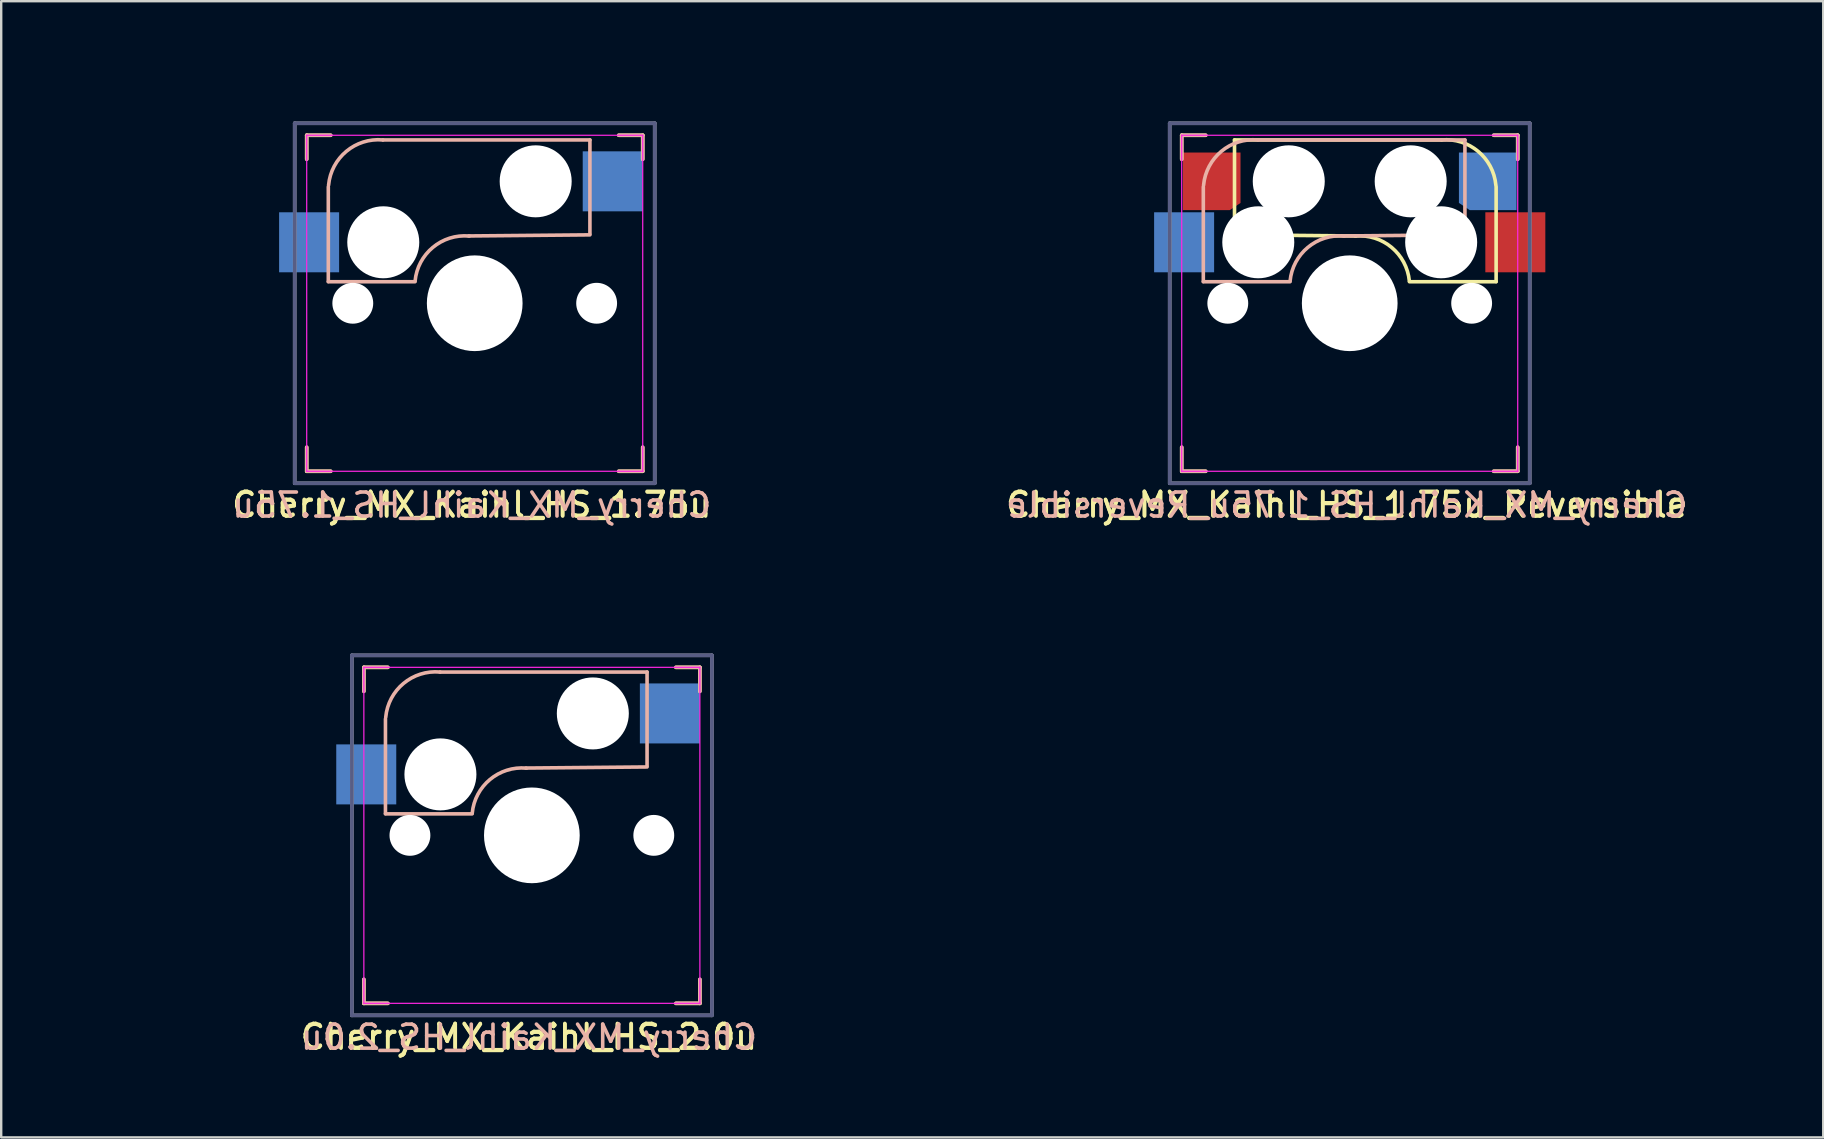
<source format=kicad_pcb>
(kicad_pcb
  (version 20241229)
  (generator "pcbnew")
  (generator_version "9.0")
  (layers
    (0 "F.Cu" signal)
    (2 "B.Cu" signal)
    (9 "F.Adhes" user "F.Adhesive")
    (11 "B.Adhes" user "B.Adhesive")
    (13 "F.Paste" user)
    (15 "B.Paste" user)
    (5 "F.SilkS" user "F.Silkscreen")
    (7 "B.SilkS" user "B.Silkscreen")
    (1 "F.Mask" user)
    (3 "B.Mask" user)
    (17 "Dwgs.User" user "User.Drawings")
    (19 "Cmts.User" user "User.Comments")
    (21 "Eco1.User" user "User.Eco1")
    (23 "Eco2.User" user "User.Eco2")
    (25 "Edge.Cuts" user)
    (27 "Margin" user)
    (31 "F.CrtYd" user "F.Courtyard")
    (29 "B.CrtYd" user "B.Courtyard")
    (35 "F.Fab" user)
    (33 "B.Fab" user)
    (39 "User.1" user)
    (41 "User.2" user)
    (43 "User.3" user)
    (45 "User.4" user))
  (footprint "Cherry_MX_Kaihl_HS_1.75u"
    (layer "F.Cu")
    (at 16.729 9.585)
    (property "Reference" "Cherry_MX_Kaihl_HS_1.75u" (at -0.127 8.382 0) (layer "F.SilkS") (effects (font (size 1 1) (thickness 0.15))))
    (attr through_hole)
    (fp_line (start -7 -7) (end -6 -7) (stroke (width 0.15) (type solid)) (layer "F.SilkS"))
    (fp_line (start -7 -6) (end -7 -7) (stroke (width 0.15) (type solid)) (layer "F.SilkS"))
    (fp_line (start -7 7) (end -7 6) (stroke (width 0.15) (type solid)) (layer "F.SilkS"))
    (fp_line (start -6 7) (end -7 7) (stroke (width 0.15) (type solid)) (layer "F.SilkS"))
    (fp_line (start 6 -7) (end 7 -7) (stroke (width 0.15) (type solid)) (layer "F.SilkS"))
    (fp_line (start 7 -7) (end 7 -6) (stroke (width 0.15) (type solid)) (layer "F.SilkS"))
    (fp_line (start 7 6) (end 7 7) (stroke (width 0.15) (type solid)) (layer "F.SilkS"))
    (fp_line (start 7 7) (end 6 7) (stroke (width 0.15) (type solid)) (layer "F.SilkS"))
    (fp_line (start -7 -7) (end -6 -7) (stroke (width 0.15) (type solid)) (layer "B.SilkS"))
    (fp_line (start -7 -6) (end -7 -7) (stroke (width 0.15) (type solid)) (layer "B.SilkS"))
    (fp_line (start -7 7) (end -7 6) (stroke (width 0.15) (type solid)) (layer "B.SilkS"))
    (fp_line (start -6.1 -4.85) (end -6.1 -0.905) (stroke (width 0.15) (type solid)) (layer "B.SilkS"))
    (fp_line (start -6.1 -0.896) (end -2.49 -0.896) (stroke (width 0.15) (type solid)) (layer "B.SilkS"))
    (fp_line (start -6 7) (end -7 7) (stroke (width 0.15) (type solid)) (layer "B.SilkS"))
    (fp_line (start 4.8 -6.804) (end -3.825 -6.804) (stroke (width 0.15) (type solid)) (layer "B.SilkS"))
    (fp_line (start 4.8 -2.896) (end 4.8 -6.804) (stroke (width 0.15) (type solid)) (layer "B.SilkS"))
    (fp_line (start 4.8 -2.85) (end -0.25 -2.804) (stroke (width 0.15) (type solid)) (layer "B.SilkS"))
    (fp_line (start 6 -7) (end 7 -7) (stroke (width 0.15) (type solid)) (layer "B.SilkS"))
    (fp_line (start 7 -7) (end 7 -6) (stroke (width 0.15) (type solid)) (layer "B.SilkS"))
    (fp_line (start 7 6) (end 7 7) (stroke (width 0.15) (type solid)) (layer "B.SilkS"))
    (fp_line (start 7 7) (end 6 7) (stroke (width 0.15) (type solid)) (layer "B.SilkS"))
    (fp_arc (start -6.089 -4.92) (mid -5.347189 -6.33089) (end -3.825 -6.804) (stroke (width 0.15) (type solid)) (layer "B.SilkS"))
    (fp_arc (start -2.484999 -0.920001) (mid -1.74436 -2.328062) (end -0.225 -2.8) (stroke (width 0.15) (type solid)) (layer "B.SilkS"))
    (fp_line (start -7 7) (end -7 -7) (stroke (width 0.1) (type solid)) (layer "Eco1.User"))
    (fp_line (start 7 -7) (end -7 -7) (stroke (width 0.1) (type solid)) (layer "Eco1.User"))
    (fp_line (start 7 7) (end -7 7) (stroke (width 0.1) (type solid)) (layer "Eco1.User"))
    (fp_line (start 7 7) (end 7 -7) (stroke (width 0.1) (type solid)) (layer "Eco1.User"))
    (fp_line (start -16.669 -9.525) (end 16.669 -9.525) (stroke (width 0.12) (type solid)) (layer "Eco2.User"))
    (fp_line (start -16.669 9.525) (end -16.669 -9.525) (stroke (width 0.12) (type solid)) (layer "Eco2.User"))
    (fp_line (start -0.8 4.25) (end 0.8 4.25) (stroke (width 0.12) (type solid)) (layer "Eco2.User"))
    (fp_line (start -0.8 5.85) (end -0.8 4.25) (stroke (width 0.12) (type solid)) (layer "Eco2.User"))
    (fp_line (start 0.8 4.25) (end 0.8 5.85) (stroke (width 0.12) (type solid)) (layer "Eco2.User"))
    (fp_line (start 0.8 5.85) (end -0.8 5.85) (stroke (width 0.12) (type solid)) (layer "Eco2.User"))
    (fp_line (start 16.669 -9.525) (end 16.669 9.525) (stroke (width 0.12) (type solid)) (layer "Eco2.User"))
    (fp_line (start 16.669 9.525) (end -16.669 9.525) (stroke (width 0.12) (type solid)) (layer "Eco2.User"))
    (fp_line (start -7 -7) (end 7 -7) (stroke (width 0.05) (type solid)) (layer "F.CrtYd"))
    (fp_line (start -7 7) (end -7 -7) (stroke (width 0.05) (type solid)) (layer "F.CrtYd"))
    (fp_line (start 7 -7) (end 7 7) (stroke (width 0.05) (type solid)) (layer "F.CrtYd"))
    (fp_line (start 7 7) (end -7 7) (stroke (width 0.05) (type solid)) (layer "F.CrtYd"))
    (fp_line (start -7.5 -7.5) (end 7.5 -7.5) (stroke (width 0.15) (type solid)) (layer "B.Fab"))
    (fp_line (start -7.5 7.5) (end -7.5 -7.5) (stroke (width 0.15) (type solid)) (layer "B.Fab"))
    (fp_line (start 7.5 -7.5) (end 7.5 7.5) (stroke (width 0.15) (type solid)) (layer "B.Fab"))
    (fp_line (start 7.5 7.5) (end -7.5 7.5) (stroke (width 0.15) (type solid)) (layer "B.Fab"))
    (fp_line (start -7.5 -7.5) (end 7.5 -7.5) (stroke (width 0.15) (type solid)) (layer "F.Fab"))
    (fp_line (start -7.5 7.5) (end -7.5 -7.5) (stroke (width 0.15) (type solid)) (layer "F.Fab"))
    (fp_line (start 7.5 -7.5) (end 7.5 7.5) (stroke (width 0.15) (type solid)) (layer "F.Fab"))
    (fp_line (start 7.5 7.5) (end -7.5 7.5) (stroke (width 0.15) (type solid)) (layer "F.Fab"))
    (fp_text user "${REFERENCE}" (at -0.12 8.41 0) (layer "F.SilkS") (effects (font (size 1 1) (thickness 0.15))))
    (fp_text user "${REFERENCE}" (at -0.12 8.41 0) (layer "B.SilkS") (effects (font (size 1 1) (thickness 0.15)) (justify mirror)))
    (pad "" np_thru_hole circle (at -5.08 0 180) (size 1.702 1.702) (drill 1.702) (layers "*.Cu" "*.Mask"))
    (pad "" np_thru_hole circle (at -3.81 -2.54 153.5) (size 3 3) (drill 3) (layers "*.Cu" "*.Mask"))
    (pad "" np_thru_hole circle (at 0 0 180) (size 3.988 3.988) (drill 3.988) (layers "*.Cu" "*.Mask"))
    (pad "" np_thru_hole circle (at 2.54 -5.08 206.5) (size 3 3) (drill 3) (layers "*.Cu" "*.Mask"))
    (pad "" np_thru_hole circle (at 5.08 0 180) (size 1.702 1.702) (drill 1.702) (layers "*.Cu" "*.Mask"))
    (pad "1" smd rect (at -6.9 -2.54 180) (size 2.5 2.5) (layers "B.Cu" "B.Mask" "B.Paste"))
    (pad "2" smd rect (at 5.75 -5.08 180) (size 2.5 2.5) (layers "B.Cu" "B.Mask" "B.Paste")))
  (footprint "Cherry_MX_Kaihl_HS_1.75u_Reversible"
    (layer "F.Cu")
    (at 53.186 9.585)
    (property "Reference" "Cherry_MX_Kaihl_HS_1.75u_Reversible" (at -0.127 8.382 0) (layer "F.SilkS") (effects (font (size 1 1) (thickness 0.15))))
    (attr through_hole)
    (fp_line (start -7 -7) (end -6 -7) (stroke (width 0.15) (type solid)) (layer "F.SilkS"))
    (fp_line (start -7 -6) (end -7 -7) (stroke (width 0.15) (type solid)) (layer "F.SilkS"))
    (fp_line (start -7 7) (end -7 6) (stroke (width 0.15) (type solid)) (layer "F.SilkS"))
    (fp_line (start -6 7) (end -7 7) (stroke (width 0.15) (type solid)) (layer "F.SilkS"))
    (fp_line (start -4.8 -6.804) (end 3.825 -6.804) (stroke (width 0.15) (type solid)) (layer "F.SilkS"))
    (fp_line (start -4.8 -2.896) (end -4.8 -6.804) (stroke (width 0.15) (type solid)) (layer "F.SilkS"))
    (fp_line (start -4.8 -2.85) (end 0.25 -2.804) (stroke (width 0.15) (type solid)) (layer "F.SilkS"))
    (fp_line (start 6 -7) (end 7 -7) (stroke (width 0.15) (type solid)) (layer "F.SilkS"))
    (fp_line (start 6.1 -4.85) (end 6.1 -0.905) (stroke (width 0.15) (type solid)) (layer "F.SilkS"))
    (fp_line (start 6.1 -0.896) (end 2.49 -0.896) (stroke (width 0.15) (type solid)) (layer "F.SilkS"))
    (fp_line (start 7 -7) (end 7 -6) (stroke (width 0.15) (type solid)) (layer "F.SilkS"))
    (fp_line (start 7 6) (end 7 7) (stroke (width 0.15) (type solid)) (layer "F.SilkS"))
    (fp_line (start 7 7) (end 6 7) (stroke (width 0.15) (type solid)) (layer "F.SilkS"))
    (fp_arc (start 0.225 -2.8) (mid 1.744361 -2.328062) (end 2.485001 -0.920001) (stroke (width 0.15) (type solid)) (layer "F.SilkS"))
    (fp_arc (start 3.825 -6.804) (mid 5.347189 -6.33089) (end 6.089 -4.92) (stroke (width 0.15) (type solid)) (layer "F.SilkS"))
    (fp_line (start -7 -7) (end -6 -7) (stroke (width 0.15) (type solid)) (layer "B.SilkS"))
    (fp_line (start -7 -6) (end -7 -7) (stroke (width 0.15) (type solid)) (layer "B.SilkS"))
    (fp_line (start -7 7) (end -7 6) (stroke (width 0.15) (type solid)) (layer "B.SilkS"))
    (fp_line (start -6.1 -4.85) (end -6.1 -0.905) (stroke (width 0.15) (type solid)) (layer "B.SilkS"))
    (fp_line (start -6.1 -0.896) (end -2.49 -0.896) (stroke (width 0.15) (type solid)) (layer "B.SilkS"))
    (fp_line (start -6 7) (end -7 7) (stroke (width 0.15) (type solid)) (layer "B.SilkS"))
    (fp_line (start 4.8 -6.804) (end -3.825 -6.804) (stroke (width 0.15) (type solid)) (layer "B.SilkS"))
    (fp_line (start 4.8 -2.896) (end 4.8 -6.804) (stroke (width 0.15) (type solid)) (layer "B.SilkS"))
    (fp_line (start 4.8 -2.85) (end -0.25 -2.804) (stroke (width 0.15) (type solid)) (layer "B.SilkS"))
    (fp_line (start 6 -7) (end 7 -7) (stroke (width 0.15) (type solid)) (layer "B.SilkS"))
    (fp_line (start 7 -7) (end 7 -6) (stroke (width 0.15) (type solid)) (layer "B.SilkS"))
    (fp_line (start 7 6) (end 7 7) (stroke (width 0.15) (type solid)) (layer "B.SilkS"))
    (fp_line (start 7 7) (end 6 7) (stroke (width 0.15) (type solid)) (layer "B.SilkS"))
    (fp_arc (start -6.089 -4.92) (mid -5.347189 -6.33089) (end -3.825 -6.804) (stroke (width 0.15) (type solid)) (layer "B.SilkS"))
    (fp_arc (start -2.484999 -0.920001) (mid -1.74436 -2.328062) (end -0.225 -2.8) (stroke (width 0.15) (type solid)) (layer "B.SilkS"))
    (fp_line (start -7 7) (end -7 -7) (stroke (width 0.1) (type solid)) (layer "Eco1.User"))
    (fp_line (start 7 -7) (end -7 -7) (stroke (width 0.1) (type solid)) (layer "Eco1.User"))
    (fp_line (start 7 7) (end -7 7) (stroke (width 0.1) (type solid)) (layer "Eco1.User"))
    (fp_line (start 7 7) (end 7 -7) (stroke (width 0.1) (type solid)) (layer "Eco1.User"))
    (fp_line (start -16.669 -9.525) (end 16.669 -9.525) (stroke (width 0.12) (type solid)) (layer "Eco2.User"))
    (fp_line (start -16.669 9.525) (end -16.669 -9.525) (stroke (width 0.12) (type solid)) (layer "Eco2.User"))
    (fp_line (start -0.8 4.25) (end 0.8 4.25) (stroke (width 0.12) (type solid)) (layer "Eco2.User"))
    (fp_line (start -0.8 5.85) (end -0.8 4.25) (stroke (width 0.12) (type solid)) (layer "Eco2.User"))
    (fp_line (start 0.8 4.25) (end 0.8 5.85) (stroke (width 0.12) (type solid)) (layer "Eco2.User"))
    (fp_line (start 0.8 5.85) (end -0.8 5.85) (stroke (width 0.12) (type solid)) (layer "Eco2.User"))
    (fp_line (start 16.669 -9.525) (end 16.669 9.525) (stroke (width 0.12) (type solid)) (layer "Eco2.User"))
    (fp_line (start 16.669 9.525) (end -16.669 9.525) (stroke (width 0.12) (type solid)) (layer "Eco2.User"))
    (fp_line (start -7 -7) (end 7 -7) (stroke (width 0.05) (type solid)) (layer "F.CrtYd"))
    (fp_line (start -7 7) (end -7 -7) (stroke (width 0.05) (type solid)) (layer "F.CrtYd"))
    (fp_line (start 7 -7) (end 7 7) (stroke (width 0.05) (type solid)) (layer "F.CrtYd"))
    (fp_line (start 7 7) (end -7 7) (stroke (width 0.05) (type solid)) (layer "F.CrtYd"))
    (fp_line (start -7.5 -7.5) (end 7.5 -7.5) (stroke (width 0.15) (type solid)) (layer "B.Fab"))
    (fp_line (start -7.5 7.5) (end -7.5 -7.5) (stroke (width 0.15) (type solid)) (layer "B.Fab"))
    (fp_line (start 7.5 -7.5) (end 7.5 7.5) (stroke (width 0.15) (type solid)) (layer "B.Fab"))
    (fp_line (start 7.5 7.5) (end -7.5 7.5) (stroke (width 0.15) (type solid)) (layer "B.Fab"))
    (fp_line (start -7.5 -7.5) (end 7.5 -7.5) (stroke (width 0.15) (type solid)) (layer "F.Fab"))
    (fp_line (start -7.5 7.5) (end -7.5 -7.5) (stroke (width 0.15) (type solid)) (layer "F.Fab"))
    (fp_line (start 7.5 -7.5) (end 7.5 7.5) (stroke (width 0.15) (type solid)) (layer "F.Fab"))
    (fp_line (start 7.5 7.5) (end -7.5 7.5) (stroke (width 0.15) (type solid)) (layer "F.Fab"))
    (fp_text user "${REFERENCE}" (at -0.12 8.41 0) (layer "F.SilkS") (effects (font (size 1 1) (thickness 0.15))))
    (fp_text user "${REFERENCE}" (at -0.12 8.41 0) (layer "B.SilkS") (effects (font (size 1 1) (thickness 0.15)) (justify mirror)))
    (pad "" np_thru_hole circle (at -5.08 0 180) (size 1.702 1.702) (drill 1.702) (layers "*.Cu" "*.Mask"))
    (pad "" np_thru_hole circle (at -3.81 -2.54 153.5) (size 3 3) (drill 3) (layers "*.Cu" "*.Mask"))
    (pad "" np_thru_hole circle (at -2.54 -5.08 206.5) (size 3 3) (drill 3) (layers "*.Cu" "*.Mask"))
    (pad "" np_thru_hole circle (at 0 0 180) (size 3.988 3.988) (drill 3.988) (layers "*.Cu" "*.Mask"))
    (pad "" np_thru_hole circle (at 2.54 -5.08 206.5) (size 3 3) (drill 3) (layers "*.Cu" "*.Mask"))
    (pad "" np_thru_hole circle (at 3.81 -2.54 206.5) (size 3 3) (drill 3) (layers "*.Cu" "*.Mask"))
    (pad "" np_thru_hole circle (at 5.08 0 180) (size 1.702 1.702) (drill 1.702) (layers "*.Cu" "*.Mask"))
    (pad "1" smd rect (at -6.9 -2.54 180) (size 2.5 2.5) (layers "B.Cu" "B.Mask" "B.Paste"))
    (pad "1" smd rect (at 6.9 -2.54 180) (size 2.5 2.5) (layers "F.Cu" "F.Mask" "F.Paste"))
    (pad "2" smd custom (at -5.75 -5.08 180) (size 2 2) (layers "F.Cu" "F.Mask" "F.Paste") (options (anchor rect)) (primitives (gr_poly (pts (xy 1.2 1.2) (xy -1.2 1.2) (xy -1.2 -0.9) (xy -0.75 -1.2) (xy 1.2 -1.2)) (width 0) (fill yes))))
    (pad "2" smd custom (at 5.75 -5.08 180) (size 2 2) (layers "B.Cu" "B.Mask" "B.Paste") (options (anchor rect)) (primitives (gr_poly (pts (xy 1.2 1.2) (xy 1.2 -0.9) (xy 0.75 -1.2) (xy -1.2 -1.2) (xy -1.2 1.2)) (width 0) (fill yes)))))
  (footprint "Cherry_MX_Kaihl_HS_2.0u"
    (layer "F.Cu")
    (at 19.11 31.755)
    (property "Reference" "Cherry_MX_Kaihl_HS_2.0u" (at -0.127 8.382 0) (layer "F.SilkS") (effects (font (size 1 1) (thickness 0.15))))
    (attr through_hole)
    (fp_line (start -7 -7) (end -6 -7) (stroke (width 0.15) (type solid)) (layer "F.SilkS"))
    (fp_line (start -7 -6) (end -7 -7) (stroke (width 0.15) (type solid)) (layer "F.SilkS"))
    (fp_line (start -7 7) (end -7 6) (stroke (width 0.15) (type solid)) (layer "F.SilkS"))
    (fp_line (start -6 7) (end -7 7) (stroke (width 0.15) (type solid)) (layer "F.SilkS"))
    (fp_line (start 6 -7) (end 7 -7) (stroke (width 0.15) (type solid)) (layer "F.SilkS"))
    (fp_line (start 7 -7) (end 7 -6) (stroke (width 0.15) (type solid)) (layer "F.SilkS"))
    (fp_line (start 7 6) (end 7 7) (stroke (width 0.15) (type solid)) (layer "F.SilkS"))
    (fp_line (start 7 7) (end 6 7) (stroke (width 0.15) (type solid)) (layer "F.SilkS"))
    (fp_line (start -7 -7) (end -6 -7) (stroke (width 0.15) (type solid)) (layer "B.SilkS"))
    (fp_line (start -7 -6) (end -7 -7) (stroke (width 0.15) (type solid)) (layer "B.SilkS"))
    (fp_line (start -7 7) (end -7 6) (stroke (width 0.15) (type solid)) (layer "B.SilkS"))
    (fp_line (start -6.1 -4.85) (end -6.1 -0.905) (stroke (width 0.15) (type solid)) (layer "B.SilkS"))
    (fp_line (start -6.1 -0.896) (end -2.49 -0.896) (stroke (width 0.15) (type solid)) (layer "B.SilkS"))
    (fp_line (start -6 7) (end -7 7) (stroke (width 0.15) (type solid)) (layer "B.SilkS"))
    (fp_line (start 4.8 -6.804) (end -3.825 -6.804) (stroke (width 0.15) (type solid)) (layer "B.SilkS"))
    (fp_line (start 4.8 -2.896) (end 4.8 -6.804) (stroke (width 0.15) (type solid)) (layer "B.SilkS"))
    (fp_line (start 4.8 -2.85) (end -0.25 -2.804) (stroke (width 0.15) (type solid)) (layer "B.SilkS"))
    (fp_line (start 6 -7) (end 7 -7) (stroke (width 0.15) (type solid)) (layer "B.SilkS"))
    (fp_line (start 7 -7) (end 7 -6) (stroke (width 0.15) (type solid)) (layer "B.SilkS"))
    (fp_line (start 7 6) (end 7 7) (stroke (width 0.15) (type solid)) (layer "B.SilkS"))
    (fp_line (start 7 7) (end 6 7) (stroke (width 0.15) (type solid)) (layer "B.SilkS"))
    (fp_arc (start -6.089 -4.92) (mid -5.347189 -6.33089) (end -3.825 -6.804) (stroke (width 0.15) (type solid)) (layer "B.SilkS"))
    (fp_arc (start -2.484999 -0.920001) (mid -1.74436 -2.328062) (end -0.225 -2.8) (stroke (width 0.15) (type solid)) (layer "B.SilkS"))
    (fp_line (start -19.05 -9.525) (end 19.05 -9.525) (stroke (width 0.12) (type solid)) (layer "Eco2.User"))
    (fp_line (start -19.05 9.525) (end -19.05 -9.525) (stroke (width 0.12) (type solid)) (layer "Eco2.User"))
    (fp_line (start -0.8 4.25) (end 0.8 4.25) (stroke (width 0.12) (type solid)) (layer "Eco2.User"))
    (fp_line (start -0.8 5.85) (end -0.8 4.25) (stroke (width 0.12) (type solid)) (layer "Eco2.User"))
    (fp_line (start 0.8 4.25) (end 0.8 5.85) (stroke (width 0.12) (type solid)) (layer "Eco2.User"))
    (fp_line (start 0.8 5.85) (end -0.8 5.85) (stroke (width 0.12) (type solid)) (layer "Eco2.User"))
    (fp_line (start 19.05 -9.525) (end 19.05 9.525) (stroke (width 0.12) (type solid)) (layer "Eco2.User"))
    (fp_line (start 19.05 9.525) (end -19.05 9.525) (stroke (width 0.12) (type solid)) (layer "Eco2.User"))
    (fp_line (start -7 -7) (end 7 -7) (stroke (width 0.05) (type solid)) (layer "F.CrtYd"))
    (fp_line (start -7 7) (end -7 -7) (stroke (width 0.05) (type solid)) (layer "F.CrtYd"))
    (fp_line (start 7 -7) (end 7 7) (stroke (width 0.05) (type solid)) (layer "F.CrtYd"))
    (fp_line (start 7 7) (end -7 7) (stroke (width 0.05) (type solid)) (layer "F.CrtYd"))
    (fp_line (start -7.5 -7.5) (end 7.5 -7.5) (stroke (width 0.15) (type solid)) (layer "B.Fab"))
    (fp_line (start -7.5 7.5) (end -7.5 -7.5) (stroke (width 0.15) (type solid)) (layer "B.Fab"))
    (fp_line (start 7.5 -7.5) (end 7.5 7.5) (stroke (width 0.15) (type solid)) (layer "B.Fab"))
    (fp_line (start 7.5 7.5) (end -7.5 7.5) (stroke (width 0.15) (type solid)) (layer "B.Fab"))
    (fp_line (start -7.5 -7.5) (end 7.5 -7.5) (stroke (width 0.15) (type solid)) (layer "F.Fab"))
    (fp_line (start -7.5 7.5) (end -7.5 -7.5) (stroke (width 0.15) (type solid)) (layer "F.Fab"))
    (fp_line (start 7.5 -7.5) (end 7.5 7.5) (stroke (width 0.15) (type solid)) (layer "F.Fab"))
    (fp_line (start 7.5 7.5) (end -7.5 7.5) (stroke (width 0.15) (type solid)) (layer "F.Fab"))
    (fp_text user "${REFERENCE}" (at -0.12 8.41 0) (layer "F.SilkS") (effects (font (size 1 1) (thickness 0.15))))
    (fp_text user "${REFERENCE}" (at -0.12 8.41 0) (layer "B.SilkS") (effects (font (size 1 1) (thickness 0.15)) (justify mirror)))
    (pad "" np_thru_hole circle (at -5.08 0 180) (size 1.702 1.702) (drill 1.702) (layers "*.Cu" "*.Mask"))
    (pad "" np_thru_hole circle (at -3.81 -2.54 153.5) (size 3 3) (drill 3) (layers "*.Cu" "*.Mask"))
    (pad "" np_thru_hole circle (at 0 0 180) (size 3.988 3.988) (drill 3.988) (layers "*.Cu" "*.Mask"))
    (pad "" np_thru_hole circle (at 2.54 -5.08 206.5) (size 3 3) (drill 3) (layers "*.Cu" "*.Mask"))
    (pad "" np_thru_hole circle (at 5.08 0 180) (size 1.702 1.702) (drill 1.702) (layers "*.Cu" "*.Mask"))
    (pad "1" smd rect (at -6.9 -2.54 180) (size 2.5 2.5) (layers "B.Cu" "B.Mask" "B.Paste"))
    (pad "2" smd rect (at 5.75 -5.08 180) (size 2.5 2.5) (layers "B.Cu" "B.Mask" "B.Paste")))
  (gr_rect
    (start -3 -3)
    (end 72.915 44.34)
    (stroke (width 0.1) (type default))
    (fill no)
    (layer "Edge.Cuts")))
</source>
